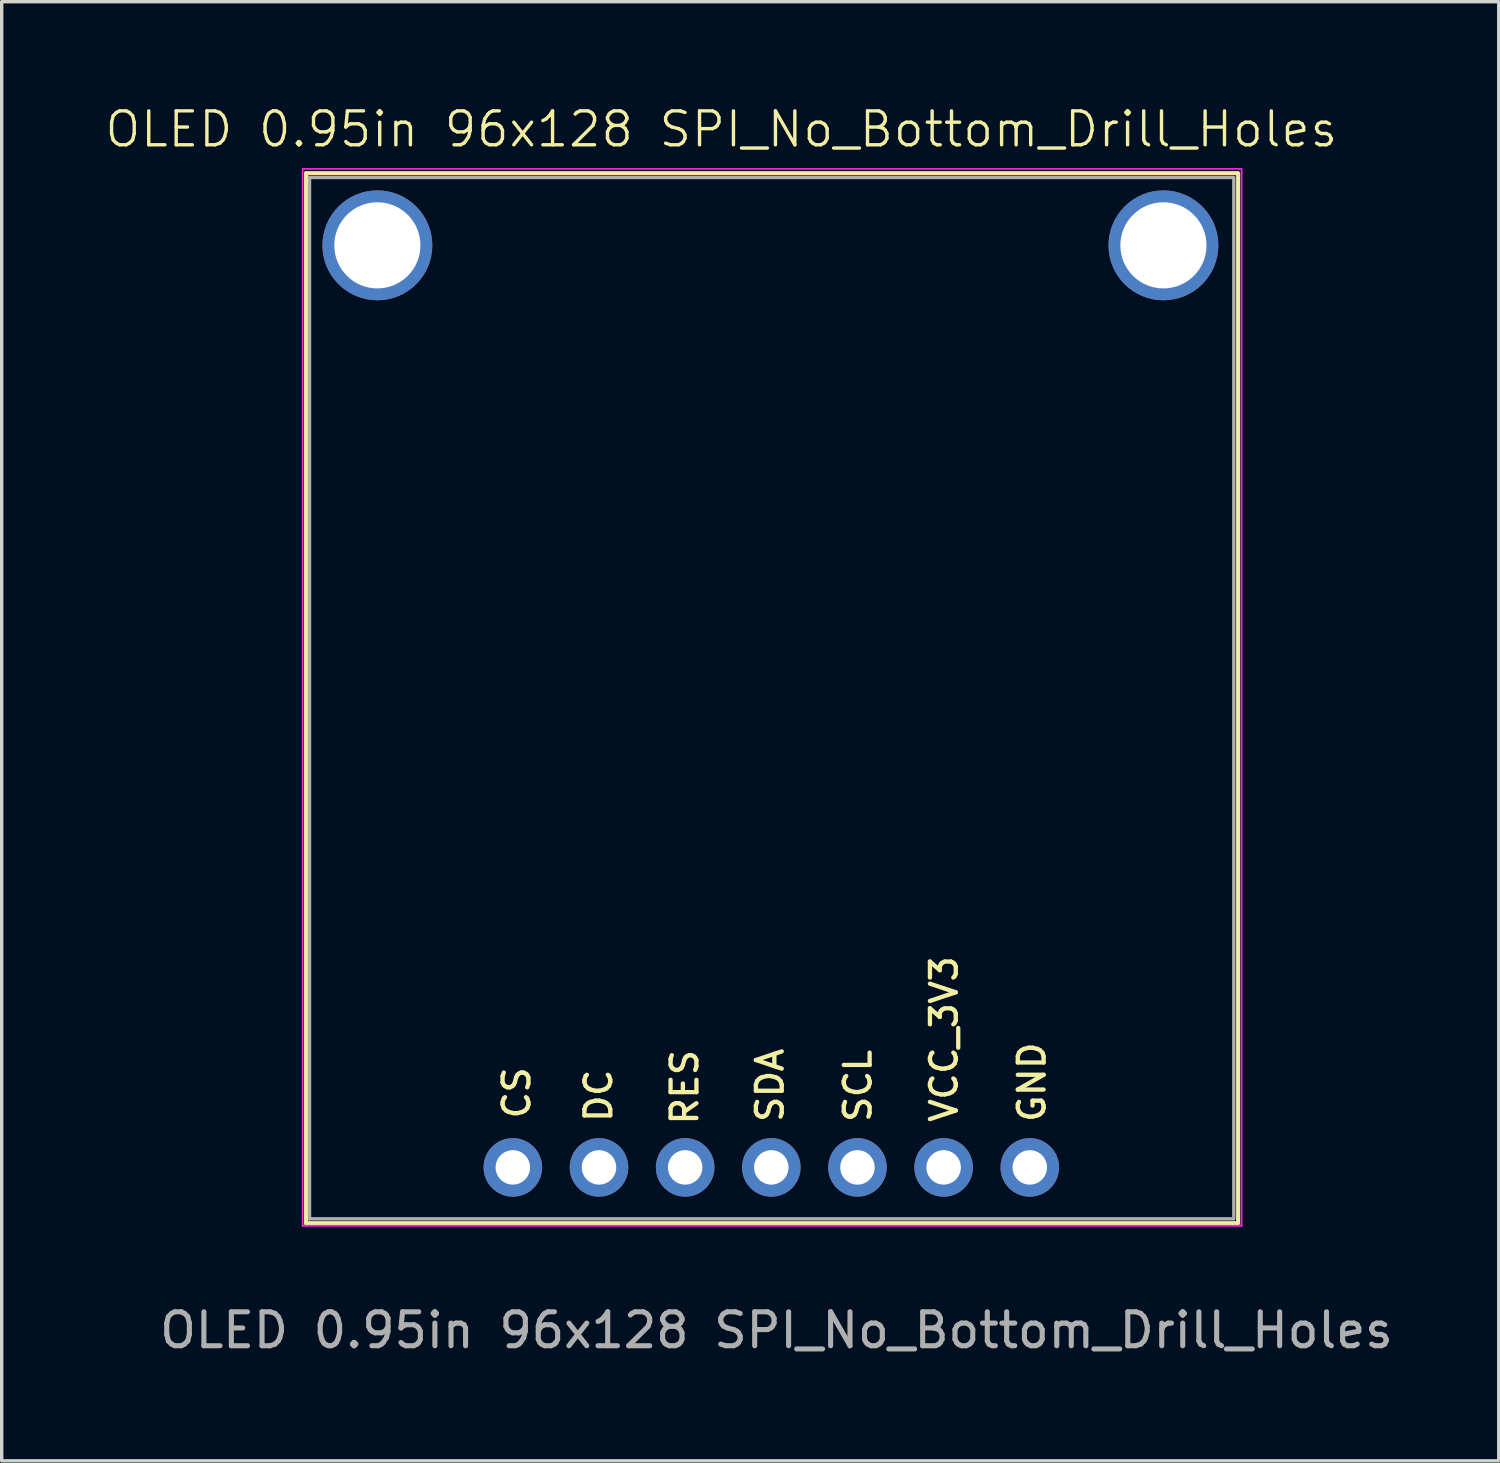
<source format=kicad_pcb>
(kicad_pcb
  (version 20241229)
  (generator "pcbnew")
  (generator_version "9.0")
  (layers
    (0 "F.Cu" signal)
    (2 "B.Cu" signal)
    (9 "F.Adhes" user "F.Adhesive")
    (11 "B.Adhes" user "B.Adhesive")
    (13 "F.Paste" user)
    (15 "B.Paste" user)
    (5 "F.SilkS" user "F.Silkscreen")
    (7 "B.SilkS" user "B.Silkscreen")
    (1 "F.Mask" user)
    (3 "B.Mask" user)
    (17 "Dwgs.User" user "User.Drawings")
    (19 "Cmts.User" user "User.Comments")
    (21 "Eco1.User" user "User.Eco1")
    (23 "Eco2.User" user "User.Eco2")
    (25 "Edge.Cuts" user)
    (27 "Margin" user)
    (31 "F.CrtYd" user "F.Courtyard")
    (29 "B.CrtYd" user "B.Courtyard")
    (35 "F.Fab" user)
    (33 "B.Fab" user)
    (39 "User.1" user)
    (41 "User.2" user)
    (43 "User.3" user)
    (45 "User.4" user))
  (footprint "OLED 0.95in 96x128 SPI_No_Bottom_Drill_Holes"
    (layer "F.Cu")
    (at 6.075 2.183)
    (property "Reference" "OLED 0.95in 96x128 SPI_No_Bottom_Drill_Holes" (at 12.141 -1.422 0) (unlocked yes) (layer "F.SilkS") (effects (font (size 1 1) (thickness 0.1))))
    (attr through_hole)
    (fp_line (start -0.102 -0.127) (end -0.102 30.827) (stroke (width 0.12) (type solid)) (layer "F.SilkS"))
    (fp_line (start 27.351 -0.127) (end -0.102 -0.127) (stroke (width 0.12) (type solid)) (layer "F.SilkS"))
    (fp_line (start 27.351 30.827) (end -0.102 30.827) (stroke (width 0.12) (type solid)) (layer "F.SilkS"))
    (fp_line (start 27.376 30.827) (end 27.376 -0.127) (stroke (width 0.12) (type solid)) (layer "F.SilkS"))
    (fp_line (start -0.203 -0.254) (end -0.203 30.903) (stroke (width 0.05) (type solid)) (layer "F.CrtYd"))
    (fp_line (start 27.478 -0.254) (end -0.203 -0.254) (stroke (width 0.05) (type solid)) (layer "F.CrtYd"))
    (fp_line (start 27.478 30.903) (end -0.203 30.903) (stroke (width 0.05) (type solid)) (layer "F.CrtYd"))
    (fp_line (start 27.478 30.903) (end 27.478 -0.254) (stroke (width 0.05) (type solid)) (layer "F.CrtYd"))
    (fp_line (start 0 30.7) (end 0 0) (stroke (width 0.1) (type solid)) (layer "F.Fab"))
    (fp_line (start 27.224 0) (end 0 0) (stroke (width 0.1) (type solid)) (layer "F.Fab"))
    (fp_line (start 27.224 30.7) (end 0 30.7) (stroke (width 0.1) (type solid)) (layer "F.Fab"))
    (fp_line (start 27.249 0) (end 27.249 30.7) (stroke (width 0.1) (type solid)) (layer "F.Fab"))
    (fp_text user "SDA" (at 14.021 27.915 90) (unlocked yes) (layer "F.SilkS") (effects (font (size 0.762 0.762) (thickness 0.127) (bold yes)) (justify left bottom)))
    (fp_text user "RES" (at 11.506 27.991 90) (unlocked yes) (layer "F.SilkS") (effects (font (size 0.762 0.762) (thickness 0.127) (bold yes)) (justify left bottom)))
    (fp_text user "VCC_3V3" (at 19.152 27.915 90) (unlocked yes) (layer "F.SilkS") (effects (font (size 0.762 0.762) (thickness 0.127) (bold yes)) (justify left bottom)))
    (fp_text user "SCL" (at 16.612 27.915 90) (unlocked yes) (layer "F.SilkS") (effects (font (size 0.762 0.762) (thickness 0.127) (bold yes)) (justify left bottom)))
    (fp_text user "CS" (at 6.553 27.813 90) (unlocked yes) (layer "F.SilkS") (effects (font (size 0.762 0.762) (thickness 0.127) (bold yes)) (justify left bottom)))
    (fp_text user "GND" (at 21.742 27.915 90) (unlocked yes) (layer "F.SilkS") (effects (font (size 0.762 0.762) (thickness 0.127) (bold yes)) (justify left bottom)))
    (fp_text user "DC" (at 8.966 27.915 90) (unlocked yes) (layer "F.SilkS") (effects (font (size 0.762 0.762) (thickness 0.127) (bold yes)) (justify left bottom)))
    (fp_text user "${REFERENCE}" (at 13.767 33.985 0) (unlocked yes) (layer "F.Fab") (effects (font (size 1 1) (thickness 0.15))))
    (pad "" np_thru_hole circle (at 2 2 270) (size 3.24 3.24) (drill 2.54) (layers "*.Cu" "*.Mask"))
    (pad "" np_thru_hole circle (at 25.174 2 270) (size 3.24 3.24) (drill 2.54) (layers "*.Cu" "*.Mask"))
    (pad "1" thru_hole oval (at 5.994 29.183) (size 1.727 1.727) (drill 1.016) (layers "*.Cu" "*.Mask"))
    (pad "2" thru_hole oval (at 8.534 29.183) (size 1.727 1.727) (drill 1.016) (layers "*.Cu" "*.Mask"))
    (pad "3" thru_hole oval (at 11.074 29.183) (size 1.727 1.727) (drill 1.016) (layers "*.Cu" "*.Mask"))
    (pad "4" thru_hole oval (at 13.614 29.183) (size 1.727 1.727) (drill 1.016) (layers "*.Cu" "*.Mask"))
    (pad "5" thru_hole oval (at 16.154 29.183) (size 1.727 1.727) (drill 1.016) (layers "*.Cu" "*.Mask"))
    (pad "6" thru_hole oval (at 18.694 29.183) (size 1.727 1.727) (drill 1.016) (layers "*.Cu" "*.Mask"))
    (pad "7" thru_hole oval (at 21.234 29.183) (size 1.727 1.727) (drill 1.016) (layers "*.Cu" "*.Mask")))
  (gr_rect
    (start -3 -3)
    (end 41.134 40.016)
    (stroke (width 0.1) (type default))
    (fill no)
    (layer "Edge.Cuts")))
</source>
